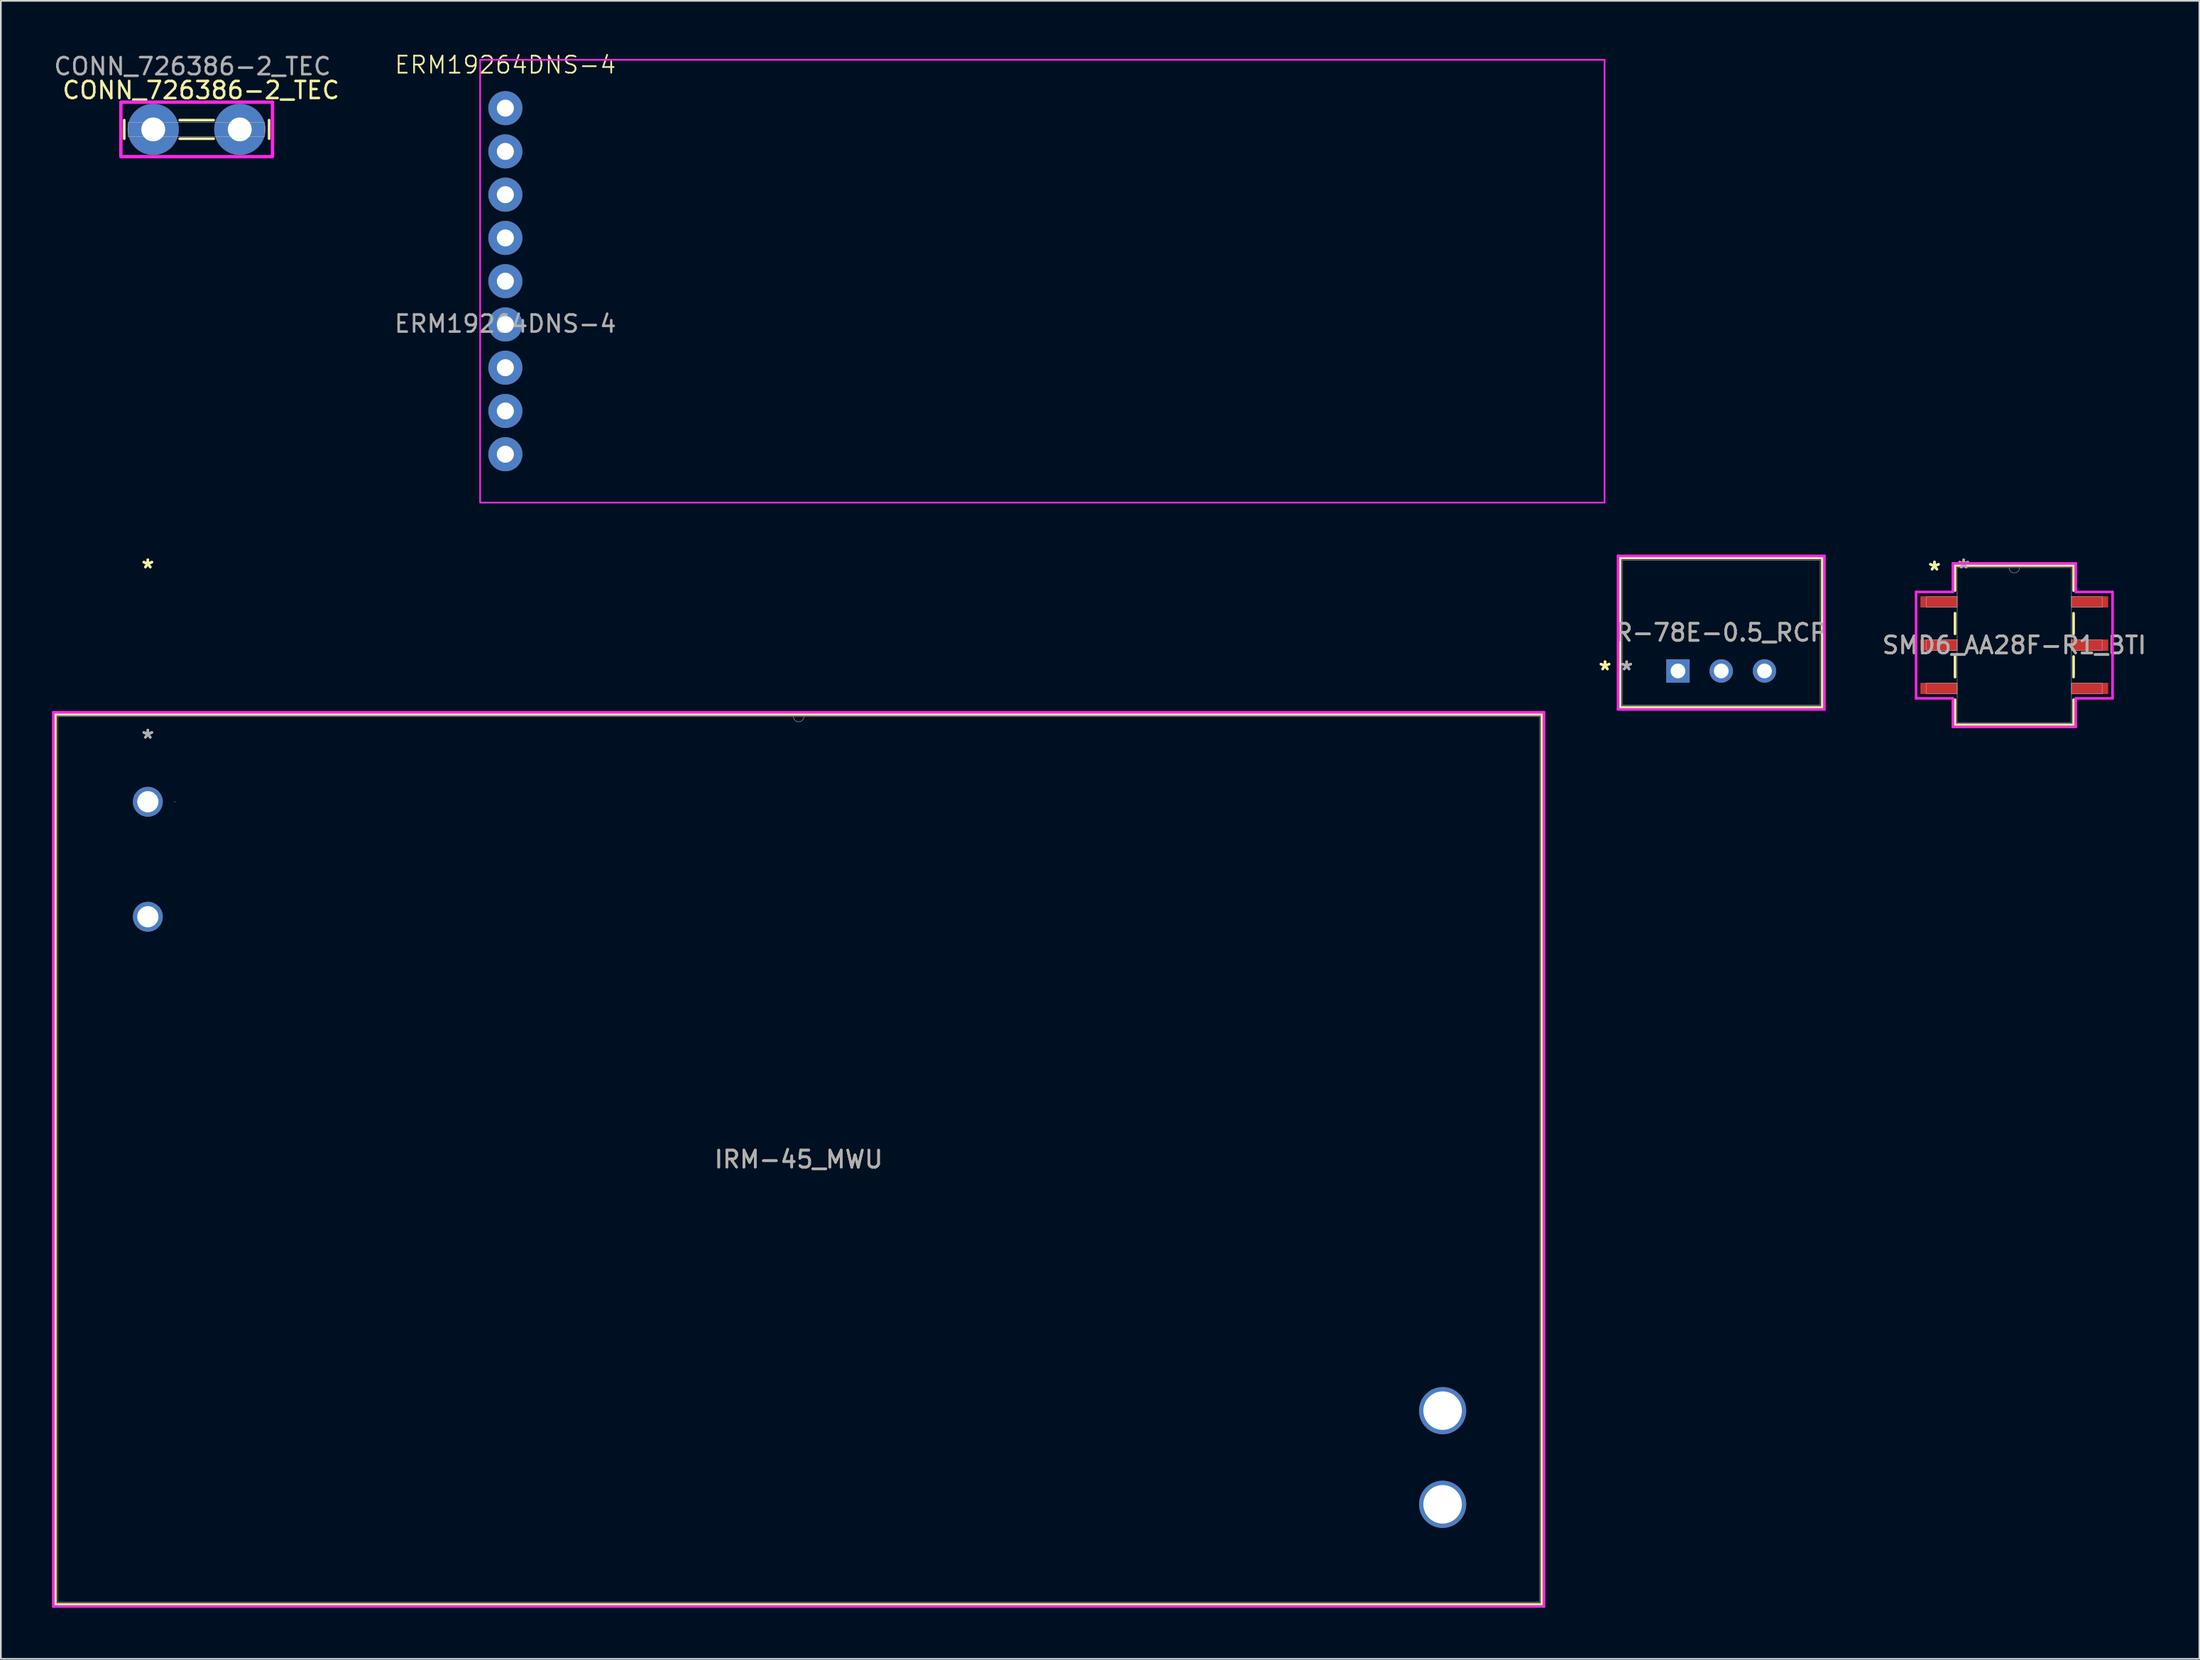
<source format=kicad_pcb>
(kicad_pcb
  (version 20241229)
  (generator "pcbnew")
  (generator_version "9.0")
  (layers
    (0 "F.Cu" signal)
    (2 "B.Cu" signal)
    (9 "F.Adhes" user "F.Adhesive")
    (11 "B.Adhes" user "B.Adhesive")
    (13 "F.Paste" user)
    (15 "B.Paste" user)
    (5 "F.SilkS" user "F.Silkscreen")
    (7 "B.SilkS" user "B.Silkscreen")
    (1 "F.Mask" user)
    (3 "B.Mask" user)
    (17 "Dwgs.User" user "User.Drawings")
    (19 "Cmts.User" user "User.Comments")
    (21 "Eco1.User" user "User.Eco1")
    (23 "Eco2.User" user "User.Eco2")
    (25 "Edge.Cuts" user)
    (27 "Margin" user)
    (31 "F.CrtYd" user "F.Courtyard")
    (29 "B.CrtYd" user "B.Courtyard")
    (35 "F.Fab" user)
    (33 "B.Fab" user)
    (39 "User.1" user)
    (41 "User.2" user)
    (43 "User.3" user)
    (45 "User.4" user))
  (footprint "ERM19264DNS-4"
    (layer "F.Cu")
    (at 26.613 13.46)
    (property "Reference" "ERM19264DNS-4" (at 0 -12.7 0) (unlocked yes) (layer "F.SilkS") (effects (font (size 1 1) (thickness 0.1))))
    (attr smd)
    (fp_rect (start -1.48 -13) (end 64.52 13) (stroke (width 0.1) (type solid)) (fill no) (layer "F.CrtYd"))
    (fp_text user "${REFERENCE}" (at 0 2.5 0) (unlocked yes) (layer "F.Fab") (effects (font (size 1 1) (thickness 0.15))))
    (pad "1" thru_hole circle (at 0 -10.16) (size 2 2) (drill 1) (layers "*.Cu" "*.Mask"))
    (pad "2" thru_hole circle (at 0 -7.62) (size 2 2) (drill 1) (layers "*.Cu" "*.Mask"))
    (pad "3" thru_hole circle (at 0 -5.08) (size 2 2) (drill 1) (layers "*.Cu" "*.Mask"))
    (pad "4" thru_hole circle (at 0 -2.54) (size 2 2) (drill 1) (layers "*.Cu" "*.Mask"))
    (pad "5" thru_hole circle (at 0 0) (size 2 2) (drill 1) (layers "*.Cu" "*.Mask"))
    (pad "6" thru_hole circle (at 0 2.54) (size 2 2) (drill 1) (layers "*.Cu" "*.Mask"))
    (pad "7" thru_hole circle (at 0 5.08) (size 2 2) (drill 1) (layers "*.Cu" "*.Mask"))
    (pad "8" thru_hole circle (at 0 7.62) (size 2 2) (drill 1) (layers "*.Cu" "*.Mask"))
    (pad "9" thru_hole circle (at 0 10.16) (size 2 2) (drill 1) (layers "*.Cu" "*.Mask")))
  (footprint "IRM-45_MWU"
    (layer "F.Cu")
    (at 5.628 44.025)
    (property "Reference" "IRM-45_MWU" (at 38.2 20.997 0) (unlocked yes) (layer "F.SilkS") (effects (font (size 1 1) (thickness 0.15))))
    (attr through_hole)
    (fp_line (start -5.425 -5.127) (end -5.425 47.121) (stroke (width 0.152) (type solid)) (layer "F.SilkS"))
    (fp_line (start -5.425 47.121) (end 81.825 47.121) (stroke (width 0.152) (type solid)) (layer "F.SilkS"))
    (fp_line (start 81.825 -5.127) (end -5.425 -5.127) (stroke (width 0.152) (type solid)) (layer "F.SilkS"))
    (fp_line (start 81.825 47.121) (end 81.825 -5.127) (stroke (width 0.152) (type solid)) (layer "F.SilkS"))
    (fp_line (start -5.551 -5.254) (end 81.951 -5.254) (stroke (width 0.152) (type solid)) (layer "F.CrtYd"))
    (fp_line (start -5.551 47.248) (end -5.551 -5.254) (stroke (width 0.152) (type solid)) (layer "F.CrtYd"))
    (fp_line (start 81.951 -5.254) (end 81.951 47.248) (stroke (width 0.152) (type solid)) (layer "F.CrtYd"))
    (fp_line (start 81.951 47.248) (end -5.551 47.248) (stroke (width 0.152) (type solid)) (layer "F.CrtYd"))
    (fp_line (start -5.298 -5) (end -5.298 46.994) (stroke (width 0.025) (type solid)) (layer "F.Fab"))
    (fp_line (start -5.298 46.994) (end 81.698 46.994) (stroke (width 0.025) (type solid)) (layer "F.Fab"))
    (fp_line (start 81.698 -5) (end -5.298 -5) (stroke (width 0.025) (type solid)) (layer "F.Fab"))
    (fp_line (start 81.698 46.994) (end 81.698 -5) (stroke (width 0.025) (type solid)) (layer "F.Fab"))
    (fp_arc (start 38.5048 -5) (mid 38.2 -4.6952) (end 37.8952 -5) (stroke (width 0.0254) (type solid)) (layer "F.Fab"))
    (fp_circle (center 1.584 0) (end 1.584 0) (stroke (width 0.025) (type solid)) (fill no) (layer "F.Fab"))
    (fp_text user "*" (at 0 -13.667 0) (unlocked yes) (layer "F.SilkS") (effects (font (size 1 1) (thickness 0.15))))
    (fp_text user "*" (at 0 -13.667 0) (layer "F.SilkS") (effects (font (size 1 1) (thickness 0.15))))
    (fp_text user "*" (at 0 -3.667 0) (layer "F.Fab") (effects (font (size 1 1) (thickness 0.15))))
    (fp_text user "${REFERENCE}" (at 38.2 20.997 0) (unlocked yes) (layer "F.Fab") (effects (font (size 1 1) (thickness 0.15))))
    (fp_text user "*" (at 0 -3.667 0) (unlocked yes) (layer "F.Fab") (effects (font (size 1 1) (thickness 0.15))))
    (pad "1" thru_hole circle (at 0 0) (size 1.753 1.753) (drill 1.245) (layers "*.Cu" "*.Mask"))
    (pad "2" thru_hole circle (at 0 6.75) (size 1.753 1.753) (drill 1.245) (layers "*.Cu" "*.Mask"))
    (pad "3" thru_hole circle (at 76 41.25) (size 2.769 2.769) (drill 2.261) (layers "*.Cu" "*.Mask"))
    (pad "4" thru_hole circle (at 76 35.75) (size 2.769 2.769) (drill 2.261) (layers "*.Cu" "*.Mask")))
  (footprint "R-78E-0.5_RCP"
    (layer "F.Cu")
    (at 95.441 36.345)
    (property "Reference" "R-78E-0.5_RCP" (at 2.54 -2.25 0) (unlocked yes) (layer "F.SilkS") (effects (font (size 1 1) (thickness 0.15))))
    (attr through_hole)
    (fp_line (start -3.391 -6.631) (end -3.391 2.132) (stroke (width 0.152) (type solid)) (layer "F.SilkS"))
    (fp_line (start -3.391 2.132) (end 8.471 2.132) (stroke (width 0.152) (type solid)) (layer "F.SilkS"))
    (fp_line (start 8.471 -6.631) (end -3.391 -6.631) (stroke (width 0.152) (type solid)) (layer "F.SilkS"))
    (fp_line (start 8.471 2.132) (end 8.471 -6.631) (stroke (width 0.152) (type solid)) (layer "F.SilkS"))
    (fp_line (start -3.518 -6.758) (end 8.598 -6.758) (stroke (width 0.152) (type solid)) (layer "F.CrtYd"))
    (fp_line (start -3.518 2.259) (end -3.518 -6.758) (stroke (width 0.152) (type solid)) (layer "F.CrtYd"))
    (fp_line (start 8.598 -6.758) (end 8.598 2.259) (stroke (width 0.152) (type solid)) (layer "F.CrtYd"))
    (fp_line (start 8.598 2.259) (end -3.518 2.259) (stroke (width 0.152) (type solid)) (layer "F.CrtYd"))
    (fp_line (start -3.264 -6.504) (end -3.264 2.005) (stroke (width 0.025) (type solid)) (layer "F.Fab"))
    (fp_line (start -3.264 2.005) (end 8.344 2.005) (stroke (width 0.025) (type solid)) (layer "F.Fab"))
    (fp_line (start 8.344 -6.504) (end -3.264 -6.504) (stroke (width 0.025) (type solid)) (layer "F.Fab"))
    (fp_line (start 8.344 2.005) (end 8.344 -6.504) (stroke (width 0.025) (type solid)) (layer "F.Fab"))
    (fp_text user "*" (at -4.28 0 0) (unlocked yes) (layer "F.SilkS") (effects (font (size 1 1) (thickness 0.15))))
    (fp_text user "*" (at -4.28 0 0) (layer "F.SilkS") (effects (font (size 1 1) (thickness 0.15))))
    (fp_text user "${REFERENCE}" (at 2.54 -2.25 0) (unlocked yes) (layer "F.Fab") (effects (font (size 1 1) (thickness 0.15))))
    (fp_text user "*" (at -3.01 0 0) (unlocked yes) (layer "F.Fab") (effects (font (size 1 1) (thickness 0.15))))
    (fp_text user "*" (at -3.01 0 0) (layer "F.Fab") (effects (font (size 1 1) (thickness 0.15))))
    (pad "1" thru_hole rect (at 0 0) (size 1.372 1.372) (drill 0.864) (layers "*.Cu" "*.Mask"))
    (pad "2" thru_hole circle (at 2.54 0) (size 1.372 1.372) (drill 0.864) (layers "*.Cu" "*.Mask"))
    (pad "3" thru_hole circle (at 5.08 0) (size 1.372 1.372) (drill 0.864) (layers "*.Cu" "*.Mask")))
  (footprint "SMD6_AA28F-R1_BTI"
    (layer "F.Cu")
    (at 115.184 34.829)
    (property "Reference" "SMD6_AA28F-R1_BTI" (at 0 0 0) (unlocked yes) (layer "F.SilkS") (effects (font (size 1 1) (thickness 0.15))))
    (attr smd)
    (fp_line (start -3.48 -4.674) (end -3.48 -3.203) (stroke (width 0.152) (type solid)) (layer "F.SilkS"))
    (fp_line (start -3.48 -1.877) (end -3.48 -0.663) (stroke (width 0.152) (type solid)) (layer "F.SilkS"))
    (fp_line (start -3.48 0.663) (end -3.48 1.877) (stroke (width 0.152) (type solid)) (layer "F.SilkS"))
    (fp_line (start -3.48 3.203) (end -3.48 4.674) (stroke (width 0.152) (type solid)) (layer "F.SilkS"))
    (fp_line (start -3.48 4.674) (end 3.48 4.674) (stroke (width 0.152) (type solid)) (layer "F.SilkS"))
    (fp_line (start 3.48 -4.674) (end -3.48 -4.674) (stroke (width 0.152) (type solid)) (layer "F.SilkS"))
    (fp_line (start 3.48 -3.203) (end 3.48 -4.674) (stroke (width 0.152) (type solid)) (layer "F.SilkS"))
    (fp_line (start 3.48 -0.663) (end 3.48 -1.877) (stroke (width 0.152) (type solid)) (layer "F.SilkS"))
    (fp_line (start 3.48 1.877) (end 3.48 0.663) (stroke (width 0.152) (type solid)) (layer "F.SilkS"))
    (fp_line (start 3.48 4.674) (end 3.48 3.203) (stroke (width 0.152) (type solid)) (layer "F.SilkS"))
    (fp_line (start -5.766 -3.124) (end -3.607 -3.124) (stroke (width 0.152) (type solid)) (layer "F.CrtYd"))
    (fp_line (start -5.766 3.124) (end -5.766 -3.124) (stroke (width 0.152) (type solid)) (layer "F.CrtYd"))
    (fp_line (start -5.766 3.124) (end -3.607 3.124) (stroke (width 0.152) (type solid)) (layer "F.CrtYd"))
    (fp_line (start -3.607 -4.801) (end 3.607 -4.801) (stroke (width 0.152) (type solid)) (layer "F.CrtYd"))
    (fp_line (start -3.607 -3.124) (end -3.607 -4.801) (stroke (width 0.152) (type solid)) (layer "F.CrtYd"))
    (fp_line (start -3.607 4.801) (end -3.607 3.124) (stroke (width 0.152) (type solid)) (layer "F.CrtYd"))
    (fp_line (start 3.607 -4.801) (end 3.607 -3.124) (stroke (width 0.152) (type solid)) (layer "F.CrtYd"))
    (fp_line (start 3.607 3.124) (end 3.607 4.801) (stroke (width 0.152) (type solid)) (layer "F.CrtYd"))
    (fp_line (start 3.607 4.801) (end -3.607 4.801) (stroke (width 0.152) (type solid)) (layer "F.CrtYd"))
    (fp_line (start 5.766 -3.124) (end 3.607 -3.124) (stroke (width 0.152) (type solid)) (layer "F.CrtYd"))
    (fp_line (start 5.766 -3.124) (end 5.766 3.124) (stroke (width 0.152) (type solid)) (layer "F.CrtYd"))
    (fp_line (start 5.766 3.124) (end 3.607 3.124) (stroke (width 0.152) (type solid)) (layer "F.CrtYd"))
    (fp_line (start -5.156 -2.845) (end -5.156 -2.235) (stroke (width 0.025) (type solid)) (layer "F.Fab"))
    (fp_line (start -5.156 -2.235) (end -3.353 -2.235) (stroke (width 0.025) (type solid)) (layer "F.Fab"))
    (fp_line (start -5.156 -0.305) (end -5.156 0.305) (stroke (width 0.025) (type solid)) (layer "F.Fab"))
    (fp_line (start -5.156 0.305) (end -3.353 0.305) (stroke (width 0.025) (type solid)) (layer "F.Fab"))
    (fp_line (start -5.156 2.235) (end -5.156 2.845) (stroke (width 0.025) (type solid)) (layer "F.Fab"))
    (fp_line (start -5.156 2.845) (end -3.353 2.845) (stroke (width 0.025) (type solid)) (layer "F.Fab"))
    (fp_line (start -3.353 -4.547) (end -3.353 4.547) (stroke (width 0.025) (type solid)) (layer "F.Fab"))
    (fp_line (start -3.353 -2.845) (end -5.156 -2.845) (stroke (width 0.025) (type solid)) (layer "F.Fab"))
    (fp_line (start -3.353 -2.235) (end -3.353 -2.845) (stroke (width 0.025) (type solid)) (layer "F.Fab"))
    (fp_line (start -3.353 -0.305) (end -5.156 -0.305) (stroke (width 0.025) (type solid)) (layer "F.Fab"))
    (fp_line (start -3.353 0.305) (end -3.353 -0.305) (stroke (width 0.025) (type solid)) (layer "F.Fab"))
    (fp_line (start -3.353 2.235) (end -5.156 2.235) (stroke (width 0.025) (type solid)) (layer "F.Fab"))
    (fp_line (start -3.353 2.845) (end -3.353 2.235) (stroke (width 0.025) (type solid)) (layer "F.Fab"))
    (fp_line (start -3.353 4.547) (end 3.353 4.547) (stroke (width 0.025) (type solid)) (layer "F.Fab"))
    (fp_line (start 3.353 -4.547) (end -3.353 -4.547) (stroke (width 0.025) (type solid)) (layer "F.Fab"))
    (fp_line (start 3.353 -2.845) (end 3.353 -2.235) (stroke (width 0.025) (type solid)) (layer "F.Fab"))
    (fp_line (start 3.353 -2.235) (end 5.156 -2.235) (stroke (width 0.025) (type solid)) (layer "F.Fab"))
    (fp_line (start 3.353 -0.305) (end 3.353 0.305) (stroke (width 0.025) (type solid)) (layer "F.Fab"))
    (fp_line (start 3.353 0.305) (end 5.156 0.305) (stroke (width 0.025) (type solid)) (layer "F.Fab"))
    (fp_line (start 3.353 2.235) (end 3.353 2.845) (stroke (width 0.025) (type solid)) (layer "F.Fab"))
    (fp_line (start 3.353 2.845) (end 5.156 2.845) (stroke (width 0.025) (type solid)) (layer "F.Fab"))
    (fp_line (start 3.353 4.547) (end 3.353 -4.547) (stroke (width 0.025) (type solid)) (layer "F.Fab"))
    (fp_line (start 5.156 -2.845) (end 3.353 -2.845) (stroke (width 0.025) (type solid)) (layer "F.Fab"))
    (fp_line (start 5.156 -2.235) (end 5.156 -2.845) (stroke (width 0.025) (type solid)) (layer "F.Fab"))
    (fp_line (start 5.156 -0.305) (end 3.353 -0.305) (stroke (width 0.025) (type solid)) (layer "F.Fab"))
    (fp_line (start 5.156 0.305) (end 5.156 -0.305) (stroke (width 0.025) (type solid)) (layer "F.Fab"))
    (fp_line (start 5.156 2.235) (end 3.353 2.235) (stroke (width 0.025) (type solid)) (layer "F.Fab"))
    (fp_line (start 5.156 2.845) (end 5.156 2.235) (stroke (width 0.025) (type solid)) (layer "F.Fab"))
    (fp_arc (start 0.3048 -4.5466) (mid 0 -4.2418) (end -0.3048 -4.5466) (stroke (width 0.0254) (type solid)) (layer "F.Fab"))
    (fp_text user "*" (at -4.686 -4.343 0) (unlocked yes) (layer "F.SilkS") (effects (font (size 1 1) (thickness 0.15))))
    (fp_text user "*" (at -4.686 -4.343 0) (layer "F.SilkS") (effects (font (size 1 1) (thickness 0.15))))
    (fp_text user "*" (at -2.972 -4.47 0) (unlocked yes) (layer "F.Fab") (effects (font (size 1 1) (thickness 0.15))))
    (fp_text user "*" (at -2.972 -4.47 0) (layer "F.Fab") (effects (font (size 1 1) (thickness 0.15))))
    (fp_text user "${REFERENCE}" (at 0 0 0) (unlocked yes) (layer "F.Fab") (effects (font (size 1 1) (thickness 0.15))))
    (pad "1" smd rect (at -4.432 -2.54) (size 2.159 0.66) (layers "F.Cu" "F.Mask" "F.Paste"))
    (pad "2" smd rect (at -4.432 0) (size 2.159 0.66) (layers "F.Cu" "F.Mask" "F.Paste"))
    (pad "3" smd rect (at -4.432 2.54) (size 2.159 0.66) (layers "F.Cu" "F.Mask" "F.Paste"))
    (pad "4" smd rect (at 4.432 2.54) (size 2.159 0.66) (layers "F.Cu" "F.Mask" "F.Paste"))
    (pad "5" smd rect (at 4.432 0) (size 2.159 0.66) (layers "F.Cu" "F.Mask" "F.Paste"))
    (pad "6" smd rect (at 4.432 -2.54) (size 2.159 0.66) (layers "F.Cu" "F.Mask" "F.Paste")))
  (footprint "CONN_726386-2_TEC"
    (layer "F.Cu")
    (at 5.944 4.548)
    (property "Reference" "CONN_726386-2_TEC" (at 2.8 -2.3 0) (unlocked yes) (layer "F.SilkS") (effects (font (size 1 1) (thickness 0.15))))
    (attr through_hole)
    (fp_line (start -1.7 -0.546) (end -1.7 0.546) (stroke (width 0.152) (type solid)) (layer "F.SilkS"))
    (fp_line (start 1.55 0.546) (end 3.55 0.546) (stroke (width 0.152) (type solid)) (layer "F.SilkS"))
    (fp_line (start 3.55 -0.546) (end 1.55 -0.546) (stroke (width 0.152) (type solid)) (layer "F.SilkS"))
    (fp_line (start 6.8 0.546) (end 6.8 -0.546) (stroke (width 0.152) (type solid)) (layer "F.SilkS"))
    (fp_rect (start -1.9 -1.6) (end 7 1.6) (stroke (width 0.2) (type default)) (fill no) (layer "F.CrtYd"))
    (fp_line (start -1.46 -0.419) (end -1.46 0.419) (stroke (width 0.025) (type solid)) (layer "F.Fab"))
    (fp_line (start -1.46 0.419) (end 6.54 0.419) (stroke (width 0.025) (type solid)) (layer "F.Fab"))
    (fp_line (start 6.54 -0.419) (end -1.46 -0.419) (stroke (width 0.025) (type solid)) (layer "F.Fab"))
    (fp_line (start 6.54 0.419) (end 6.54 -0.419) (stroke (width 0.025) (type solid)) (layer "F.Fab"))
    (fp_text user "${REFERENCE}" (at 2.3 -3.7 0) (unlocked yes) (layer "F.Fab") (effects (font (size 1 1) (thickness 0.15))))
    (pad "1" thru_hole circle (at 0 0) (size 3 3) (drill 1.4) (layers "*.Cu" "*.Mask"))
    (pad "2" thru_hole circle (at 5.08 0) (size 3 3) (drill 1.4) (layers "*.Cu" "*.Mask")))
  (gr_rect
    (start -3 -3)
    (end 126.047 94.349)
    (stroke (width 0.1) (type default))
    (fill no)
    (layer "Edge.Cuts")))
</source>
